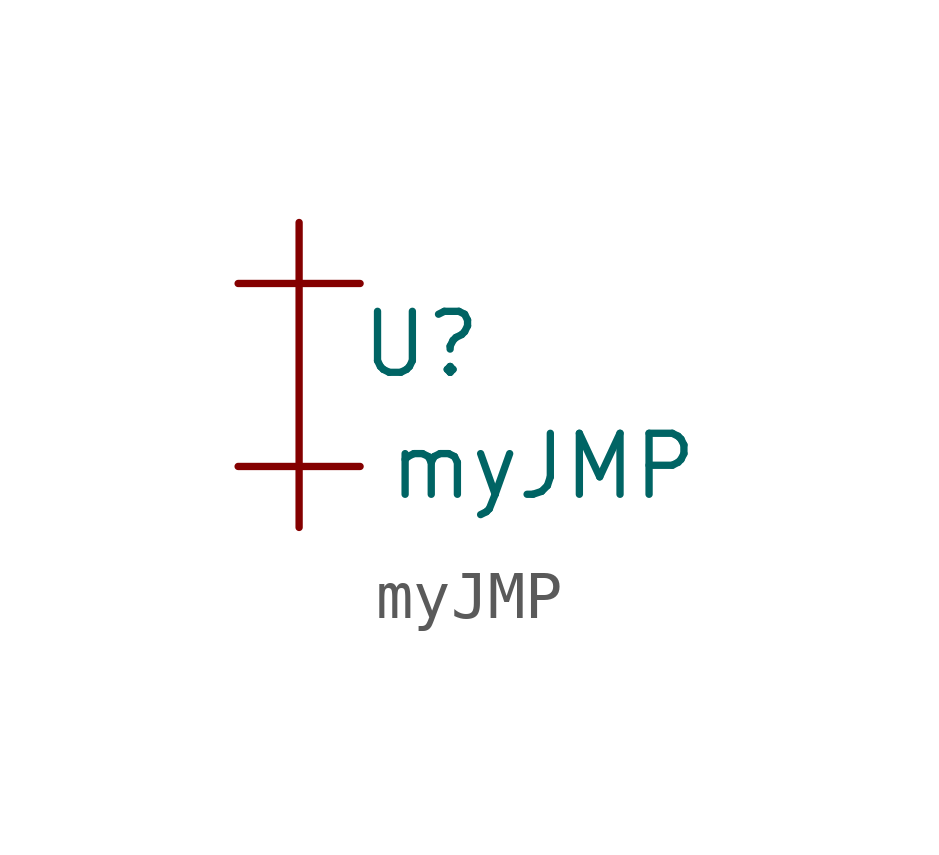
<source format=kicad_sym>
(kicad_symbol_lib
  (version 20211014)
  (generator kicad_symbol_editor)
  (symbol "myJMP"
    (property "Reference" "U"
      (at 1.27 1.27 0)
      (effects (font (size 1.27 1.27))))
    (property "Value" "myJMP"
      (at 3.81 -1.27 0)
      (effects (font (size 1.27 1.27))))
    (symbol "myJMP_0_1"
      (polyline (pts (xy -2.54 2.54) (xy 0 2.54) (xy -1.27 2.54) (xy -1.27 3.81) (xy -1.27 -2.54) (xy -1.27 -1.27) (xy -2.54 -1.27) (xy 0 -1.27) (xy -1.27 -1.27)) (stroke (width 0) (type default) (color 0 0 0 0)) (fill (type none))))))
</source>
